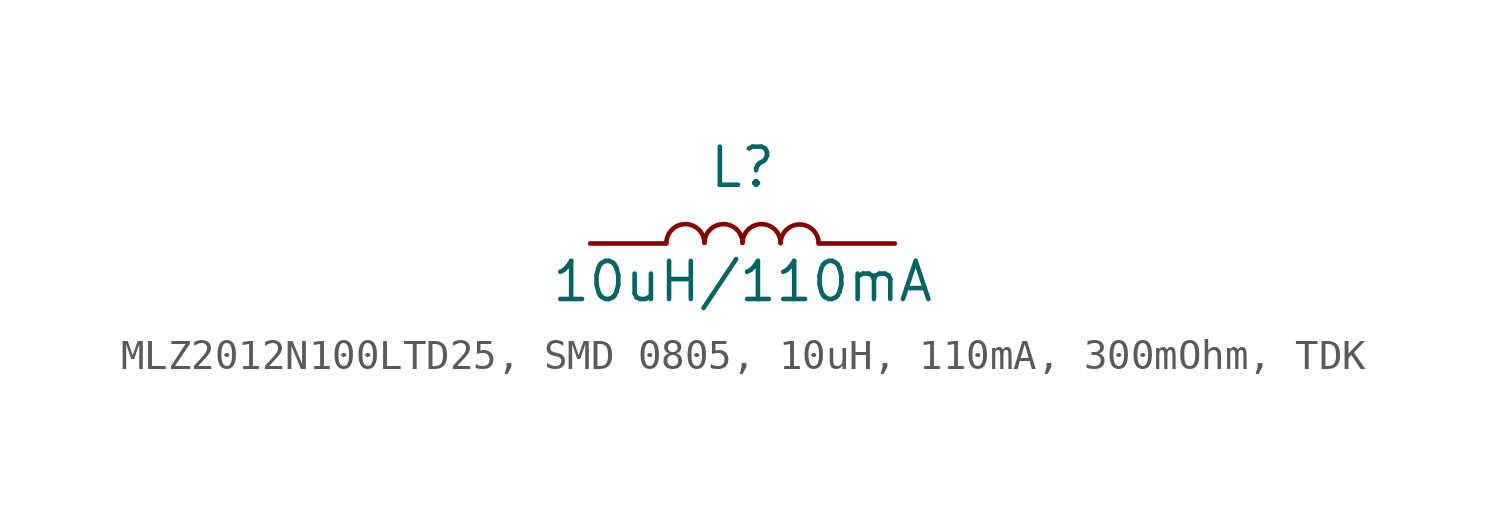
<source format=kicad_sym>
(kicad_symbol_lib
  (version 20241209)
  (generator "kicad_symbol_editor")
  (generator_version "9.0")
  (symbol "MLZ2012N100LTD25, SMD 0805, 10uH, 110mA, 300mOhm, TDK"
    (pin_numbers
      (hide yes))
    (pin_names
      (offset 0)
      (hide yes))
    (property "Reference" "L"
      (at 0 2.54 0)
      (effects (font (size 1.27 1.27))))
    (property "Value" "10uH/110mA"
      (at 0 -1.27 0)
      (effects (font (size 1.27 1.27))))
    (symbol "MLZ2012N100LTD25, SMD 0805, 10uH, 110mA, 300mOhm, TDK_1_1"
      (arc (start -2.54 0.0226) (mid -1.905 0.6464) (end -1.27 0.0226) (stroke (width 0.1524) (type default)) (fill (type none)))
      (arc (start -1.27 0.0226) (mid -0.635 0.6464) (end 0 0.0226) (stroke (width 0.1524) (type default)) (fill (type none)))
      (arc (start 0 0.0226) (mid 0.635 0.6464) (end 1.27 0.0226) (stroke (width 0.1524) (type default)) (fill (type none)))
      (arc (start 1.27 0.0113) (mid 1.905 0.6351) (end 2.54 0.0113) (stroke (width 0.1524) (type default)) (fill (type none)))
      (pin passive line (at -5.08 0 0) (length 2.54) (name "1" (effects (font (size 1.27 1.27)))) (number "1" (effects (font (size 1.27 1.27)))))
      (pin passive line (at 5.08 0 180) (length 2.54) (name "2" (effects (font (size 1.27 1.27)))) (number "2" (effects (font (size 1.27 1.27))))))))
</source>
